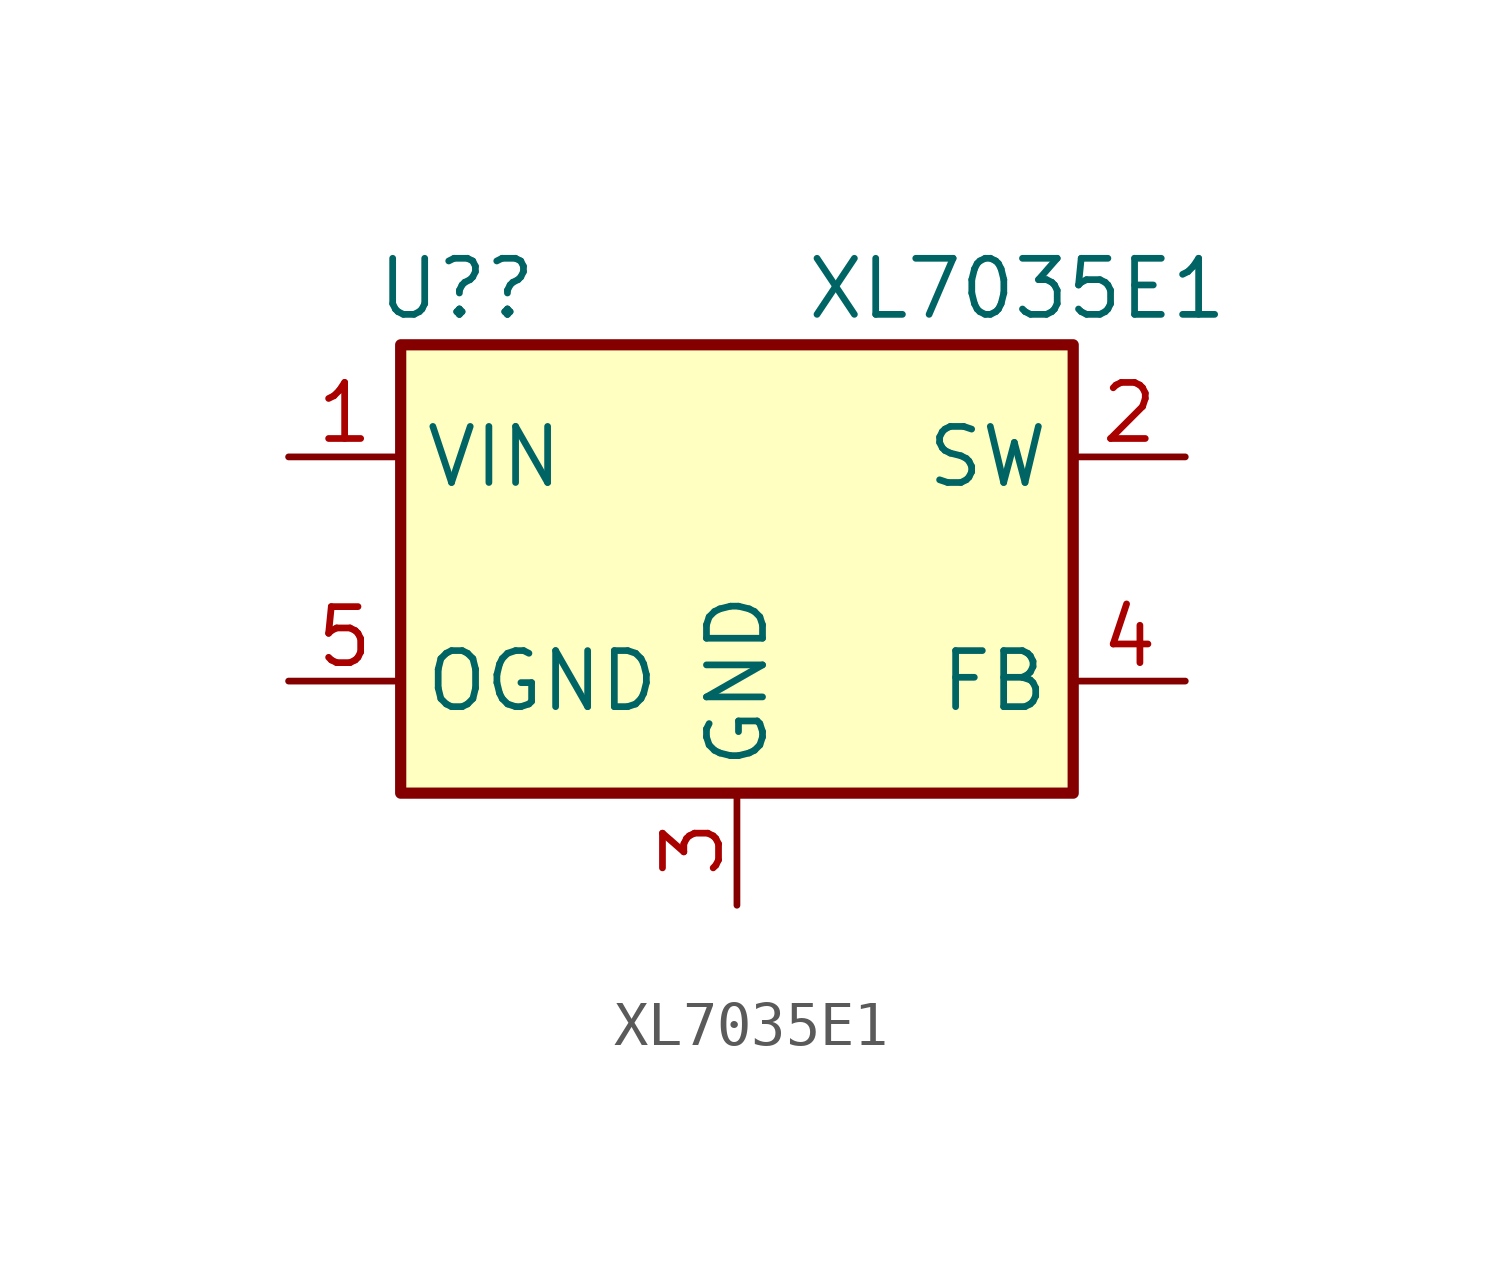
<source format=kicad_sym>
(kicad_symbol_lib
  (version 20220914)
  (generator kicad_symbol_editor)
  (symbol "XL7035E1"
    (property "Reference" "U?"
      (at -6.35 6.35 0)
      (effects (font (size 1.27 1.27))))
    (property "Value" "XL7035E1"
      (at 6.35 6.35 0)
      (effects (font (size 1.27 1.27))))
    (symbol "XL7035E1_0_1"
      (rectangle (start -7.62 5.08) (end 7.62 -5.08) (stroke (width 0.254) (type default)) (fill (type background))))
    (symbol "XL7035E1_1_1"
      (pin power_in line (at -10.16 2.54 0) (length 2.54) (name "VIN" (effects (font (size 1.27 1.27)))) (number "1" (effects (font (size 1.27 1.27)))))
      (pin power_out line (at 10.16 2.54 180) (length 2.54) (name "SW" (effects (font (size 1.27 1.27)))) (number "2" (effects (font (size 1.27 1.27)))))
      (pin power_in line (at 0 -7.62 90) (length 2.54) (name "GND" (effects (font (size 1.27 1.27)))) (number "3" (effects (font (size 1.27 1.27)))))
      (pin input line (at 10.16 -2.54 180) (length 2.54) (name "FB" (effects (font (size 1.27 1.27)))) (number "4" (effects (font (size 1.27 1.27)))))
      (pin power_in line (at -10.16 -2.54 0) (length 2.54) (name "OGND" (effects (font (size 1.27 1.27)))) (number "5" (effects (font (size 1.27 1.27))))))))
</source>
